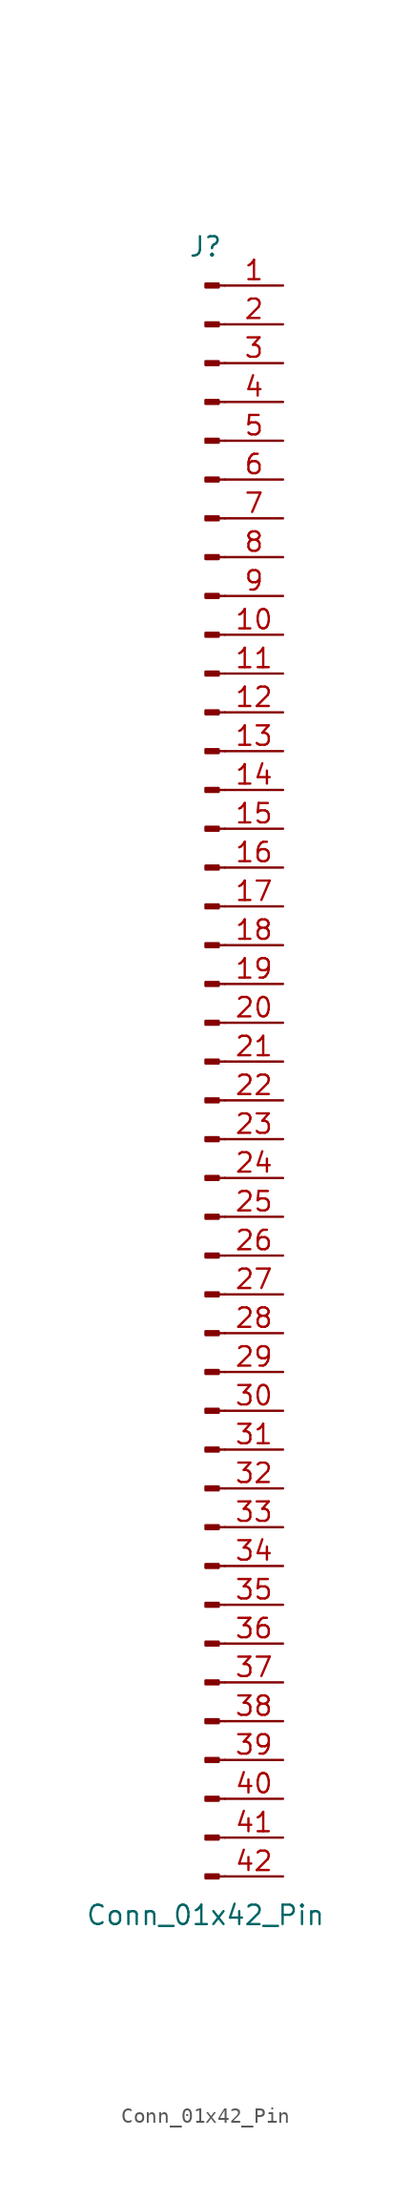
<source format=kicad_sym>
(kicad_symbol_lib
  (version 20220914)
  (generator kicad_symbol_editor)
  (symbol "Conn_01x42_Pin"
    (pin_names
      (offset 1.016) hide)
    (property "Reference" "J"
      (at 0 53.34 0)
      (effects (font (size 1.27 1.27))))
    (property "Value" "Conn_01x42_Pin"
      (at 0 -55.88 0)
      (effects (font (size 1.27 1.27))))
    (property "ki_locked" ""
      (at 0 0 0)
      (effects (font (size 1.27 1.27))))
    (symbol "Conn_01x42_Pin_1_1"
      (polyline (pts (xy 1.27 -53.34) (xy 0.864 -53.34)) (stroke (width 0.152) (type default)) (fill (type none)))
      (polyline (pts (xy 1.27 -50.8) (xy 0.864 -50.8)) (stroke (width 0.152) (type default)) (fill (type none)))
      (polyline (pts (xy 1.27 -48.26) (xy 0.864 -48.26)) (stroke (width 0.152) (type default)) (fill (type none)))
      (polyline (pts (xy 1.27 -45.72) (xy 0.864 -45.72)) (stroke (width 0.152) (type default)) (fill (type none)))
      (polyline (pts (xy 1.27 -43.18) (xy 0.864 -43.18)) (stroke (width 0.152) (type default)) (fill (type none)))
      (polyline (pts (xy 1.27 -40.64) (xy 0.864 -40.64)) (stroke (width 0.152) (type default)) (fill (type none)))
      (polyline (pts (xy 1.27 -38.1) (xy 0.864 -38.1)) (stroke (width 0.152) (type default)) (fill (type none)))
      (polyline (pts (xy 1.27 -35.56) (xy 0.864 -35.56)) (stroke (width 0.152) (type default)) (fill (type none)))
      (polyline (pts (xy 1.27 -33.02) (xy 0.864 -33.02)) (stroke (width 0.152) (type default)) (fill (type none)))
      (polyline (pts (xy 1.27 -30.48) (xy 0.864 -30.48)) (stroke (width 0.152) (type default)) (fill (type none)))
      (polyline (pts (xy 1.27 -27.94) (xy 0.864 -27.94)) (stroke (width 0.152) (type default)) (fill (type none)))
      (polyline (pts (xy 1.27 -25.4) (xy 0.864 -25.4)) (stroke (width 0.152) (type default)) (fill (type none)))
      (polyline (pts (xy 1.27 -22.86) (xy 0.864 -22.86)) (stroke (width 0.152) (type default)) (fill (type none)))
      (polyline (pts (xy 1.27 -20.32) (xy 0.864 -20.32)) (stroke (width 0.152) (type default)) (fill (type none)))
      (polyline (pts (xy 1.27 -17.78) (xy 0.864 -17.78)) (stroke (width 0.152) (type default)) (fill (type none)))
      (polyline (pts (xy 1.27 -15.24) (xy 0.864 -15.24)) (stroke (width 0.152) (type default)) (fill (type none)))
      (polyline (pts (xy 1.27 -12.7) (xy 0.864 -12.7)) (stroke (width 0.152) (type default)) (fill (type none)))
      (polyline (pts (xy 1.27 -10.16) (xy 0.864 -10.16)) (stroke (width 0.152) (type default)) (fill (type none)))
      (polyline (pts (xy 1.27 -7.62) (xy 0.864 -7.62)) (stroke (width 0.152) (type default)) (fill (type none)))
      (polyline (pts (xy 1.27 -5.08) (xy 0.864 -5.08)) (stroke (width 0.152) (type default)) (fill (type none)))
      (polyline (pts (xy 1.27 -2.54) (xy 0.864 -2.54)) (stroke (width 0.152) (type default)) (fill (type none)))
      (polyline (pts (xy 1.27 0) (xy 0.864 0)) (stroke (width 0.152) (type default)) (fill (type none)))
      (polyline (pts (xy 1.27 2.54) (xy 0.864 2.54)) (stroke (width 0.152) (type default)) (fill (type none)))
      (polyline (pts (xy 1.27 5.08) (xy 0.864 5.08)) (stroke (width 0.152) (type default)) (fill (type none)))
      (polyline (pts (xy 1.27 7.62) (xy 0.864 7.62)) (stroke (width 0.152) (type default)) (fill (type none)))
      (polyline (pts (xy 1.27 10.16) (xy 0.864 10.16)) (stroke (width 0.152) (type default)) (fill (type none)))
      (polyline (pts (xy 1.27 12.7) (xy 0.864 12.7)) (stroke (width 0.152) (type default)) (fill (type none)))
      (polyline (pts (xy 1.27 15.24) (xy 0.864 15.24)) (stroke (width 0.152) (type default)) (fill (type none)))
      (polyline (pts (xy 1.27 17.78) (xy 0.864 17.78)) (stroke (width 0.152) (type default)) (fill (type none)))
      (polyline (pts (xy 1.27 20.32) (xy 0.864 20.32)) (stroke (width 0.152) (type default)) (fill (type none)))
      (polyline (pts (xy 1.27 22.86) (xy 0.864 22.86)) (stroke (width 0.152) (type default)) (fill (type none)))
      (polyline (pts (xy 1.27 25.4) (xy 0.864 25.4)) (stroke (width 0.152) (type default)) (fill (type none)))
      (polyline (pts (xy 1.27 27.94) (xy 0.864 27.94)) (stroke (width 0.152) (type default)) (fill (type none)))
      (polyline (pts (xy 1.27 30.48) (xy 0.864 30.48)) (stroke (width 0.152) (type default)) (fill (type none)))
      (polyline (pts (xy 1.27 33.02) (xy 0.864 33.02)) (stroke (width 0.152) (type default)) (fill (type none)))
      (polyline (pts (xy 1.27 35.56) (xy 0.864 35.56)) (stroke (width 0.152) (type default)) (fill (type none)))
      (polyline (pts (xy 1.27 38.1) (xy 0.864 38.1)) (stroke (width 0.152) (type default)) (fill (type none)))
      (polyline (pts (xy 1.27 40.64) (xy 0.864 40.64)) (stroke (width 0.152) (type default)) (fill (type none)))
      (polyline (pts (xy 1.27 43.18) (xy 0.864 43.18)) (stroke (width 0.152) (type default)) (fill (type none)))
      (polyline (pts (xy 1.27 45.72) (xy 0.864 45.72)) (stroke (width 0.152) (type default)) (fill (type none)))
      (polyline (pts (xy 1.27 48.26) (xy 0.864 48.26)) (stroke (width 0.152) (type default)) (fill (type none)))
      (polyline (pts (xy 1.27 50.8) (xy 0.864 50.8)) (stroke (width 0.152) (type default)) (fill (type none)))
      (rectangle (start 0.864 -53.213) (end 0 -53.467) (stroke (width 0.152) (type default)) (fill (type outline)))
      (rectangle (start 0.864 -50.673) (end 0 -50.927) (stroke (width 0.152) (type default)) (fill (type outline)))
      (rectangle (start 0.864 -48.133) (end 0 -48.387) (stroke (width 0.152) (type default)) (fill (type outline)))
      (rectangle (start 0.864 -45.593) (end 0 -45.847) (stroke (width 0.152) (type default)) (fill (type outline)))
      (rectangle (start 0.864 -43.053) (end 0 -43.307) (stroke (width 0.152) (type default)) (fill (type outline)))
      (rectangle (start 0.864 -40.513) (end 0 -40.767) (stroke (width 0.152) (type default)) (fill (type outline)))
      (rectangle (start 0.864 -37.973) (end 0 -38.227) (stroke (width 0.152) (type default)) (fill (type outline)))
      (rectangle (start 0.864 -35.433) (end 0 -35.687) (stroke (width 0.152) (type default)) (fill (type outline)))
      (rectangle (start 0.864 -32.893) (end 0 -33.147) (stroke (width 0.152) (type default)) (fill (type outline)))
      (rectangle (start 0.864 -30.353) (end 0 -30.607) (stroke (width 0.152) (type default)) (fill (type outline)))
      (rectangle (start 0.864 -27.813) (end 0 -28.067) (stroke (width 0.152) (type default)) (fill (type outline)))
      (rectangle (start 0.864 -25.273) (end 0 -25.527) (stroke (width 0.152) (type default)) (fill (type outline)))
      (rectangle (start 0.864 -22.733) (end 0 -22.987) (stroke (width 0.152) (type default)) (fill (type outline)))
      (rectangle (start 0.864 -20.193) (end 0 -20.447) (stroke (width 0.152) (type default)) (fill (type outline)))
      (rectangle (start 0.864 -17.653) (end 0 -17.907) (stroke (width 0.152) (type default)) (fill (type outline)))
      (rectangle (start 0.864 -15.113) (end 0 -15.367) (stroke (width 0.152) (type default)) (fill (type outline)))
      (rectangle (start 0.864 -12.573) (end 0 -12.827) (stroke (width 0.152) (type default)) (fill (type outline)))
      (rectangle (start 0.864 -10.033) (end 0 -10.287) (stroke (width 0.152) (type default)) (fill (type outline)))
      (rectangle (start 0.864 -7.493) (end 0 -7.747) (stroke (width 0.152) (type default)) (fill (type outline)))
      (rectangle (start 0.864 -4.953) (end 0 -5.207) (stroke (width 0.152) (type default)) (fill (type outline)))
      (rectangle (start 0.864 -2.413) (end 0 -2.667) (stroke (width 0.152) (type default)) (fill (type outline)))
      (rectangle (start 0.864 0.127) (end 0 -0.127) (stroke (width 0.152) (type default)) (fill (type outline)))
      (rectangle (start 0.864 2.667) (end 0 2.413) (stroke (width 0.152) (type default)) (fill (type outline)))
      (rectangle (start 0.864 5.207) (end 0 4.953) (stroke (width 0.152) (type default)) (fill (type outline)))
      (rectangle (start 0.864 7.747) (end 0 7.493) (stroke (width 0.152) (type default)) (fill (type outline)))
      (rectangle (start 0.864 10.287) (end 0 10.033) (stroke (width 0.152) (type default)) (fill (type outline)))
      (rectangle (start 0.864 12.827) (end 0 12.573) (stroke (width 0.152) (type default)) (fill (type outline)))
      (rectangle (start 0.864 15.367) (end 0 15.113) (stroke (width 0.152) (type default)) (fill (type outline)))
      (rectangle (start 0.864 17.907) (end 0 17.653) (stroke (width 0.152) (type default)) (fill (type outline)))
      (rectangle (start 0.864 20.447) (end 0 20.193) (stroke (width 0.152) (type default)) (fill (type outline)))
      (rectangle (start 0.864 22.987) (end 0 22.733) (stroke (width 0.152) (type default)) (fill (type outline)))
      (rectangle (start 0.864 25.527) (end 0 25.273) (stroke (width 0.152) (type default)) (fill (type outline)))
      (rectangle (start 0.864 28.067) (end 0 27.813) (stroke (width 0.152) (type default)) (fill (type outline)))
      (rectangle (start 0.864 30.607) (end 0 30.353) (stroke (width 0.152) (type default)) (fill (type outline)))
      (rectangle (start 0.864 33.147) (end 0 32.893) (stroke (width 0.152) (type default)) (fill (type outline)))
      (rectangle (start 0.864 35.687) (end 0 35.433) (stroke (width 0.152) (type default)) (fill (type outline)))
      (rectangle (start 0.864 38.227) (end 0 37.973) (stroke (width 0.152) (type default)) (fill (type outline)))
      (rectangle (start 0.864 40.767) (end 0 40.513) (stroke (width 0.152) (type default)) (fill (type outline)))
      (rectangle (start 0.864 43.307) (end 0 43.053) (stroke (width 0.152) (type default)) (fill (type outline)))
      (rectangle (start 0.864 45.847) (end 0 45.593) (stroke (width 0.152) (type default)) (fill (type outline)))
      (rectangle (start 0.864 48.387) (end 0 48.133) (stroke (width 0.152) (type default)) (fill (type outline)))
      (rectangle (start 0.864 50.927) (end 0 50.673) (stroke (width 0.152) (type default)) (fill (type outline)))
      (pin passive line (at 5.08 50.8 180) (length 3.81) (name "Pin_1" (effects (font (size 1.27 1.27)))) (number "1" (effects (font (size 1.27 1.27)))))
      (pin passive line (at 5.08 27.94 180) (length 3.81) (name "Pin_10" (effects (font (size 1.27 1.27)))) (number "10" (effects (font (size 1.27 1.27)))))
      (pin passive line (at 5.08 25.4 180) (length 3.81) (name "Pin_11" (effects (font (size 1.27 1.27)))) (number "11" (effects (font (size 1.27 1.27)))))
      (pin passive line (at 5.08 22.86 180) (length 3.81) (name "Pin_12" (effects (font (size 1.27 1.27)))) (number "12" (effects (font (size 1.27 1.27)))))
      (pin passive line (at 5.08 20.32 180) (length 3.81) (name "Pin_13" (effects (font (size 1.27 1.27)))) (number "13" (effects (font (size 1.27 1.27)))))
      (pin passive line (at 5.08 17.78 180) (length 3.81) (name "Pin_14" (effects (font (size 1.27 1.27)))) (number "14" (effects (font (size 1.27 1.27)))))
      (pin passive line (at 5.08 15.24 180) (length 3.81) (name "Pin_15" (effects (font (size 1.27 1.27)))) (number "15" (effects (font (size 1.27 1.27)))))
      (pin passive line (at 5.08 12.7 180) (length 3.81) (name "Pin_16" (effects (font (size 1.27 1.27)))) (number "16" (effects (font (size 1.27 1.27)))))
      (pin passive line (at 5.08 10.16 180) (length 3.81) (name "Pin_17" (effects (font (size 1.27 1.27)))) (number "17" (effects (font (size 1.27 1.27)))))
      (pin passive line (at 5.08 7.62 180) (length 3.81) (name "Pin_18" (effects (font (size 1.27 1.27)))) (number "18" (effects (font (size 1.27 1.27)))))
      (pin passive line (at 5.08 5.08 180) (length 3.81) (name "Pin_19" (effects (font (size 1.27 1.27)))) (number "19" (effects (font (size 1.27 1.27)))))
      (pin passive line (at 5.08 48.26 180) (length 3.81) (name "Pin_2" (effects (font (size 1.27 1.27)))) (number "2" (effects (font (size 1.27 1.27)))))
      (pin passive line (at 5.08 2.54 180) (length 3.81) (name "Pin_20" (effects (font (size 1.27 1.27)))) (number "20" (effects (font (size 1.27 1.27)))))
      (pin passive line (at 5.08 0 180) (length 3.81) (name "Pin_21" (effects (font (size 1.27 1.27)))) (number "21" (effects (font (size 1.27 1.27)))))
      (pin passive line (at 5.08 -2.54 180) (length 3.81) (name "Pin_22" (effects (font (size 1.27 1.27)))) (number "22" (effects (font (size 1.27 1.27)))))
      (pin passive line (at 5.08 -5.08 180) (length 3.81) (name "Pin_23" (effects (font (size 1.27 1.27)))) (number "23" (effects (font (size 1.27 1.27)))))
      (pin passive line (at 5.08 -7.62 180) (length 3.81) (name "Pin_24" (effects (font (size 1.27 1.27)))) (number "24" (effects (font (size 1.27 1.27)))))
      (pin passive line (at 5.08 -10.16 180) (length 3.81) (name "Pin_25" (effects (font (size 1.27 1.27)))) (number "25" (effects (font (size 1.27 1.27)))))
      (pin passive line (at 5.08 -12.7 180) (length 3.81) (name "Pin_26" (effects (font (size 1.27 1.27)))) (number "26" (effects (font (size 1.27 1.27)))))
      (pin passive line (at 5.08 -15.24 180) (length 3.81) (name "Pin_27" (effects (font (size 1.27 1.27)))) (number "27" (effects (font (size 1.27 1.27)))))
      (pin passive line (at 5.08 -17.78 180) (length 3.81) (name "Pin_28" (effects (font (size 1.27 1.27)))) (number "28" (effects (font (size 1.27 1.27)))))
      (pin passive line (at 5.08 -20.32 180) (length 3.81) (name "Pin_29" (effects (font (size 1.27 1.27)))) (number "29" (effects (font (size 1.27 1.27)))))
      (pin passive line (at 5.08 45.72 180) (length 3.81) (name "Pin_3" (effects (font (size 1.27 1.27)))) (number "3" (effects (font (size 1.27 1.27)))))
      (pin passive line (at 5.08 -22.86 180) (length 3.81) (name "Pin_30" (effects (font (size 1.27 1.27)))) (number "30" (effects (font (size 1.27 1.27)))))
      (pin passive line (at 5.08 -25.4 180) (length 3.81) (name "Pin_31" (effects (font (size 1.27 1.27)))) (number "31" (effects (font (size 1.27 1.27)))))
      (pin passive line (at 5.08 -27.94 180) (length 3.81) (name "Pin_32" (effects (font (size 1.27 1.27)))) (number "32" (effects (font (size 1.27 1.27)))))
      (pin passive line (at 5.08 -30.48 180) (length 3.81) (name "Pin_33" (effects (font (size 1.27 1.27)))) (number "33" (effects (font (size 1.27 1.27)))))
      (pin passive line (at 5.08 -33.02 180) (length 3.81) (name "Pin_34" (effects (font (size 1.27 1.27)))) (number "34" (effects (font (size 1.27 1.27)))))
      (pin passive line (at 5.08 -35.56 180) (length 3.81) (name "Pin_35" (effects (font (size 1.27 1.27)))) (number "35" (effects (font (size 1.27 1.27)))))
      (pin passive line (at 5.08 -38.1 180) (length 3.81) (name "Pin_36" (effects (font (size 1.27 1.27)))) (number "36" (effects (font (size 1.27 1.27)))))
      (pin passive line (at 5.08 -40.64 180) (length 3.81) (name "Pin_37" (effects (font (size 1.27 1.27)))) (number "37" (effects (font (size 1.27 1.27)))))
      (pin passive line (at 5.08 -43.18 180) (length 3.81) (name "Pin_38" (effects (font (size 1.27 1.27)))) (number "38" (effects (font (size 1.27 1.27)))))
      (pin passive line (at 5.08 -45.72 180) (length 3.81) (name "Pin_39" (effects (font (size 1.27 1.27)))) (number "39" (effects (font (size 1.27 1.27)))))
      (pin passive line (at 5.08 43.18 180) (length 3.81) (name "Pin_4" (effects (font (size 1.27 1.27)))) (number "4" (effects (font (size 1.27 1.27)))))
      (pin passive line (at 5.08 -48.26 180) (length 3.81) (name "Pin_40" (effects (font (size 1.27 1.27)))) (number "40" (effects (font (size 1.27 1.27)))))
      (pin passive line (at 5.08 -50.8 180) (length 3.81) (name "Pin_41" (effects (font (size 1.27 1.27)))) (number "41" (effects (font (size 1.27 1.27)))))
      (pin passive line (at 5.08 -53.34 180) (length 3.81) (name "Pin_42" (effects (font (size 1.27 1.27)))) (number "42" (effects (font (size 1.27 1.27)))))
      (pin passive line (at 5.08 40.64 180) (length 3.81) (name "Pin_5" (effects (font (size 1.27 1.27)))) (number "5" (effects (font (size 1.27 1.27)))))
      (pin passive line (at 5.08 38.1 180) (length 3.81) (name "Pin_6" (effects (font (size 1.27 1.27)))) (number "6" (effects (font (size 1.27 1.27)))))
      (pin passive line (at 5.08 35.56 180) (length 3.81) (name "Pin_7" (effects (font (size 1.27 1.27)))) (number "7" (effects (font (size 1.27 1.27)))))
      (pin passive line (at 5.08 33.02 180) (length 3.81) (name "Pin_8" (effects (font (size 1.27 1.27)))) (number "8" (effects (font (size 1.27 1.27)))))
      (pin passive line (at 5.08 30.48 180) (length 3.81) (name "Pin_9" (effects (font (size 1.27 1.27)))) (number "9" (effects (font (size 1.27 1.27))))))))
</source>
